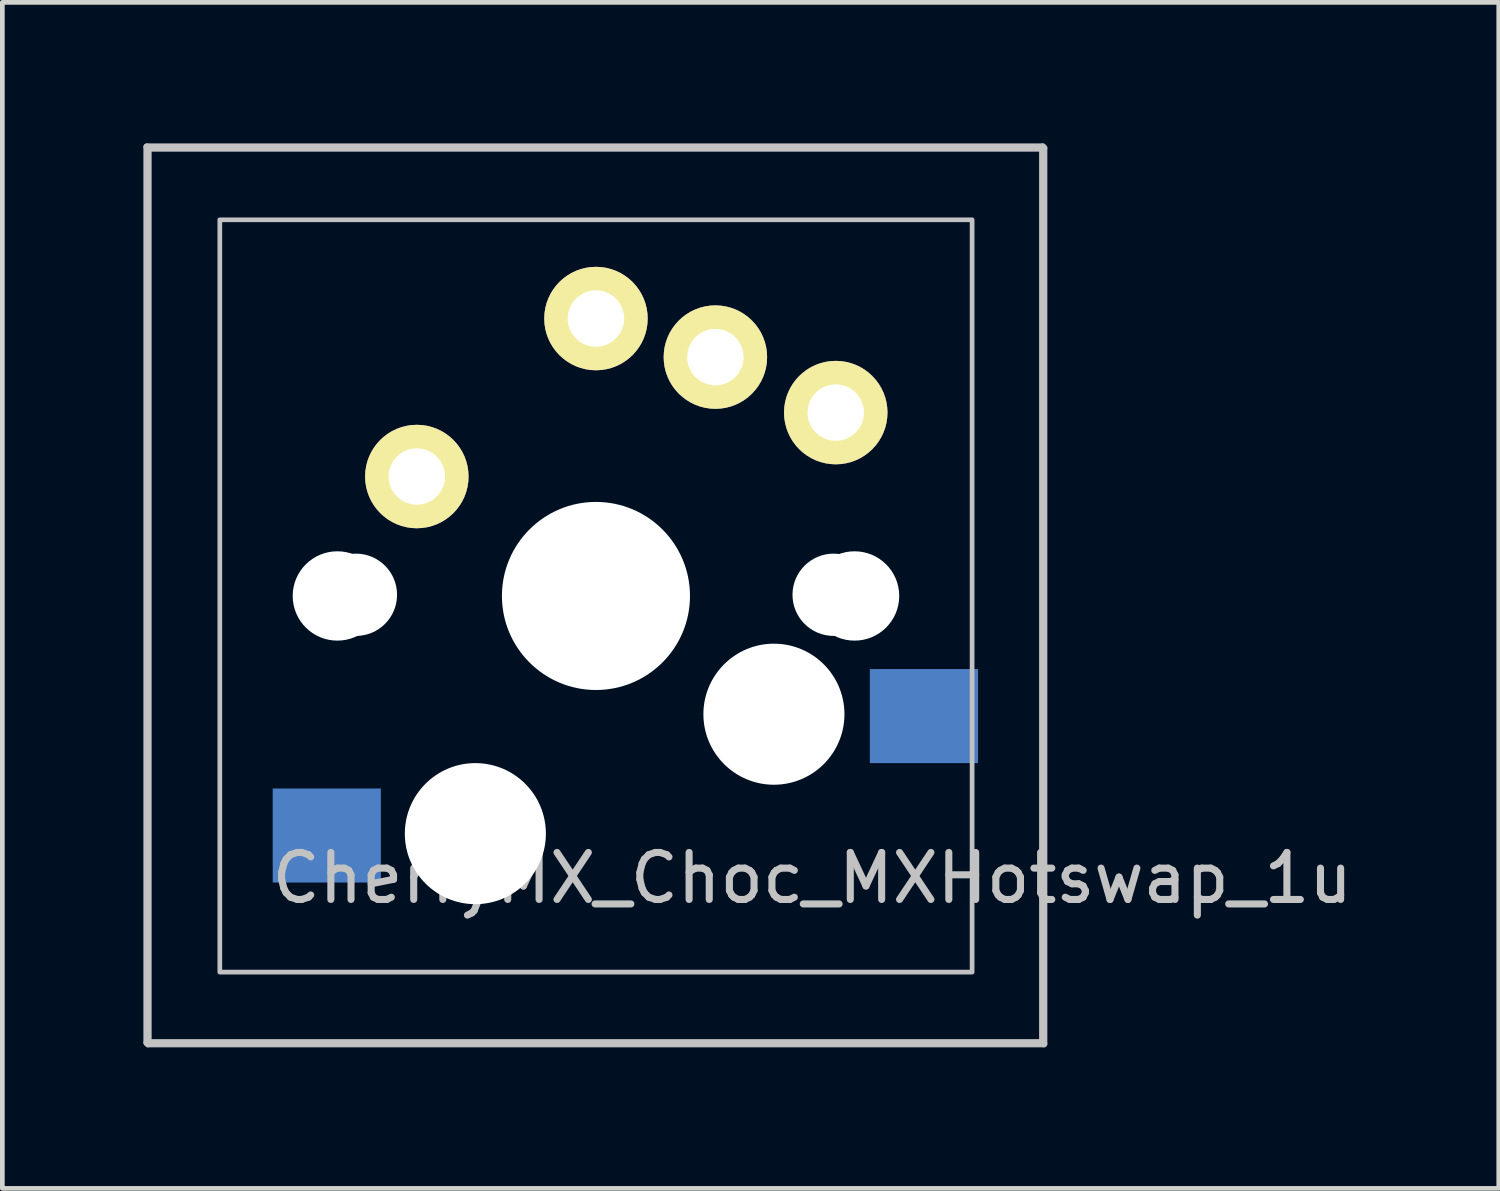
<source format=kicad_pcb>
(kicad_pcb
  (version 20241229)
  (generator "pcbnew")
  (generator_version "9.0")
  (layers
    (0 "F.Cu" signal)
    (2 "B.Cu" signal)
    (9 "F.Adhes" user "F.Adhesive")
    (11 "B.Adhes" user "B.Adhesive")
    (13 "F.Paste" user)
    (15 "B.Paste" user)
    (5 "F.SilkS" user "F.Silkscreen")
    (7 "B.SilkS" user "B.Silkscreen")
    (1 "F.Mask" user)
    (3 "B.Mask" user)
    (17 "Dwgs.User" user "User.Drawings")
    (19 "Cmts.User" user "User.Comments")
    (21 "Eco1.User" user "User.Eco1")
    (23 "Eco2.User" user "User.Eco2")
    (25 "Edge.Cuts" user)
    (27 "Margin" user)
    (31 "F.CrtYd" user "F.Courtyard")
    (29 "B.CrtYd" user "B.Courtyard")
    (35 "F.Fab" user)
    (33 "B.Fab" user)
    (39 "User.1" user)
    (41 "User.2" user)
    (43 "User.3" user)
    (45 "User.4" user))
  (footprint "CherryMX_Choc_MXHotswap_1u"
    (layer "F.Cu")
    (at 9.625 9.625)
    (property "Reference" "CherryMX_Choc_MXHotswap_1u" (at 4.6 6 0) (layer "Dwgs.User") (effects (font (size 1 1) (thickness 0.15))))
    (attr through_hole)
    (fp_line (start -9.55 -9.55) (end 9.5 -9.55) (stroke (width 0.15) (type solid)) (layer "Dwgs.User"))
    (fp_line (start -9.55 9.5) (end -9.55 -9.55) (stroke (width 0.15) (type solid)) (layer "Dwgs.User"))
    (fp_line (start -9.525 -9.525) (end 9.525 -9.525) (stroke (width 0.15) (type solid)) (layer "Dwgs.User"))
    (fp_line (start -9.525 9.525) (end -9.525 -9.525) (stroke (width 0.15) (type solid)) (layer "Dwgs.User"))
    (fp_line (start 9.5 -9.55) (end 9.5 9.5) (stroke (width 0.15) (type solid)) (layer "Dwgs.User"))
    (fp_line (start 9.5 9.5) (end -9.55 9.5) (stroke (width 0.15) (type solid)) (layer "Dwgs.User"))
    (fp_line (start 9.525 -9.525) (end 9.525 9.525) (stroke (width 0.15) (type solid)) (layer "Dwgs.User"))
    (fp_line (start 9.525 9.525) (end -9.525 9.525) (stroke (width 0.15) (type solid)) (layer "Dwgs.User"))
    (fp_rect (start -8 -8) (end 8 8) (stroke (width 0.1) (type default)) (fill no) (layer "Dwgs.User"))
    (pad "" np_thru_hole circle (at -5.5 0 90) (size 1.9 1.9) (drill 1.9) (layers "*.Cu" "*.Mask"))
    (pad "" np_thru_hole circle (at -5.105 -0.025 228.099) (size 1.75 1.75) (drill 1.75) (layers "*.Cu" "*.Mask"))
    (pad "" np_thru_hole circle (at -2.565 5.055) (size 3 3) (drill 3) (layers "*.Cu" "*.Mask"))
    (pad "" np_thru_hole circle (at 0 0 90) (size 4 4) (drill 4) (layers "*.Cu" "*.Mask"))
    (pad "" np_thru_hole circle (at 3.785 2.515) (size 3 3) (drill 3) (layers "*.Cu" "*.Mask"))
    (pad "" np_thru_hole circle (at 5.055 -0.025 228.099) (size 1.75 1.75) (drill 1.75) (layers "*.Cu" "*.Mask"))
    (pad "" np_thru_hole circle (at 5.5 0 90) (size 1.9 1.9) (drill 1.9) (layers "*.Cu" "*.Mask"))
    (pad "1" thru_hole circle (at -3.81 -2.54 50) (size 2.2 2.2) (drill 1.2) (layers "*.Cu" "B.Mask" "F.SilkS"))
    (pad "1" thru_hole circle (at 5.1 -3.9 310) (size 2.2 2.2) (drill 1.2) (layers "*.Cu" "B.Mask" "F.SilkS"))
    (pad "1" smd rect (at 6.975 2.555) (size 2.3 2) (layers "B.Cu" "B.Mask" "B.Paste"))
    (pad "2" smd rect (at -5.725 5.095) (size 2.3 2) (layers "B.Cu" "B.Mask" "B.Paste"))
    (pad "2" thru_hole circle (at 0 -5.9 90) (size 2.2 2.2) (drill 1.2) (layers "*.Cu" "B.Mask" "F.SilkS"))
    (pad "2" thru_hole circle (at 2.54 -5.08) (size 2.2 2.2) (drill 1.2) (layers "*.Cu" "B.Mask" "F.SilkS")))
  (gr_rect
    (start -3 -3)
    (end 28.826 22.225)
    (stroke (width 0.1) (type default))
    (fill no)
    (layer "Edge.Cuts")))
</source>
